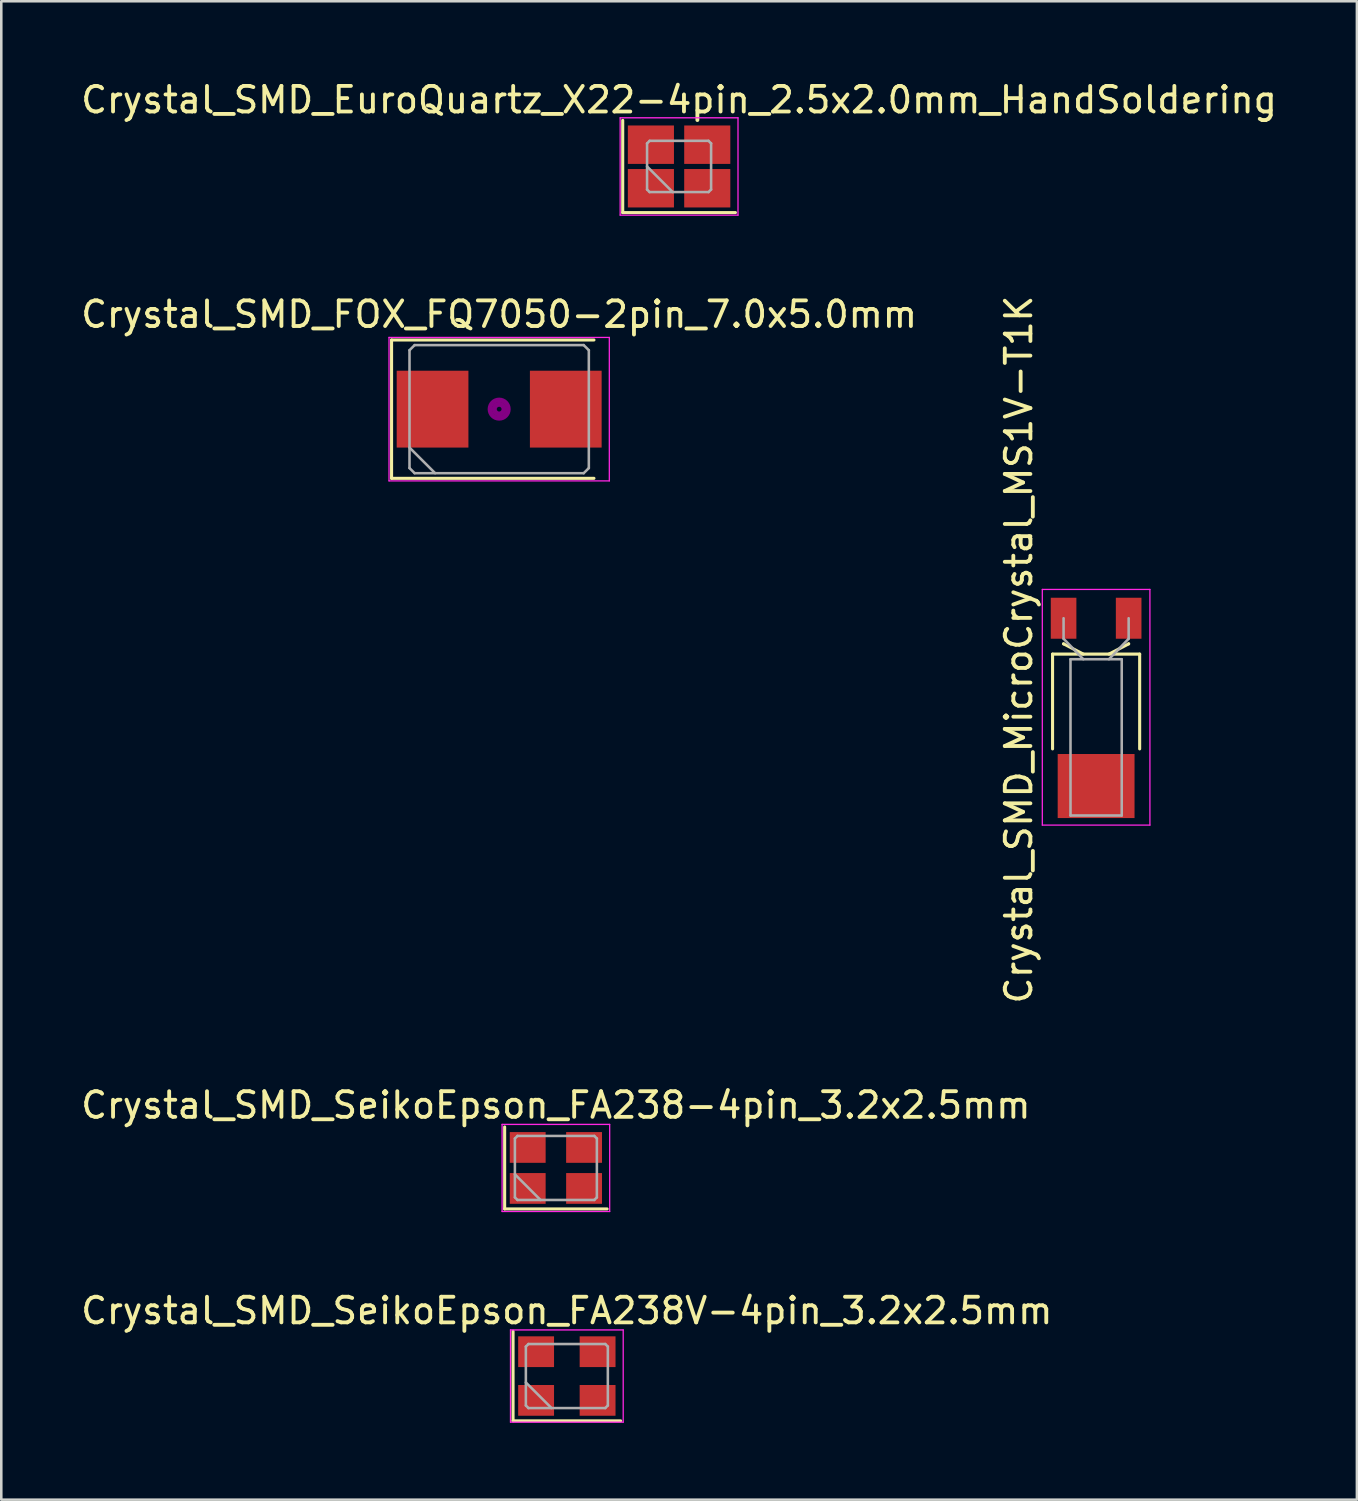
<source format=kicad_pcb>
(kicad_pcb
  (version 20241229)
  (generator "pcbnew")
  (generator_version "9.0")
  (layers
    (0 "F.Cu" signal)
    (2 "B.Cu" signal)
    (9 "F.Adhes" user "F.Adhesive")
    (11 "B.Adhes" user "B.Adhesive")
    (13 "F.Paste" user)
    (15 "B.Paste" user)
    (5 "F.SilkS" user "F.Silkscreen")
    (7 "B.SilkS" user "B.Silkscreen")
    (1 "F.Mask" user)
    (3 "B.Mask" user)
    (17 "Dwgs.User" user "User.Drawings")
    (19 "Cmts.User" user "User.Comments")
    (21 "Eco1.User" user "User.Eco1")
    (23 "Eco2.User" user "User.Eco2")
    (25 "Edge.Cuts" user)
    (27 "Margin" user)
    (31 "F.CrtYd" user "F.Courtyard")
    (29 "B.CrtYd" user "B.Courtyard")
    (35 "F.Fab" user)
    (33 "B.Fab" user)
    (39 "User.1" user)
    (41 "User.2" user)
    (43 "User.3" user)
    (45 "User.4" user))
  (footprint "Crystal_SMD_SeikoEpson_FA238V-4pin_3.2x2.5mm"
    (layer "F.Cu")
    (at 19.077 50.664)
    (property "Reference" "Crystal_SMD_SeikoEpson_FA238V-4pin_3.2x2.5mm" (at 0 -2.55 0) (layer "F.SilkS") (effects (font (size 1 1) (thickness 0.15))))
    (attr smd)
    (fp_line (start -2.1 -1.75) (end -2.1 1.75) (stroke (width 0.12) (type solid)) (layer "F.SilkS"))
    (fp_line (start -2.1 1.75) (end 2.1 1.75) (stroke (width 0.12) (type solid)) (layer "F.SilkS"))
    (fp_line (start -2.2 -1.8) (end -2.2 1.8) (stroke (width 0.05) (type solid)) (layer "F.CrtYd"))
    (fp_line (start -2.2 1.8) (end 2.2 1.8) (stroke (width 0.05) (type solid)) (layer "F.CrtYd"))
    (fp_line (start 2.2 -1.8) (end -2.2 -1.8) (stroke (width 0.05) (type solid)) (layer "F.CrtYd"))
    (fp_line (start 2.2 1.8) (end 2.2 -1.8) (stroke (width 0.05) (type solid)) (layer "F.CrtYd"))
    (fp_line (start -1.6 -1.15) (end -1.5 -1.25) (stroke (width 0.1) (type solid)) (layer "F.Fab"))
    (fp_line (start -1.6 0.25) (end -0.6 1.25) (stroke (width 0.1) (type solid)) (layer "F.Fab"))
    (fp_line (start -1.6 1.15) (end -1.6 -1.15) (stroke (width 0.1) (type solid)) (layer "F.Fab"))
    (fp_line (start -1.5 -1.25) (end 1.5 -1.25) (stroke (width 0.1) (type solid)) (layer "F.Fab"))
    (fp_line (start -1.5 1.25) (end -1.6 1.15) (stroke (width 0.1) (type solid)) (layer "F.Fab"))
    (fp_line (start 1.5 -1.25) (end 1.6 -1.15) (stroke (width 0.1) (type solid)) (layer "F.Fab"))
    (fp_line (start 1.5 1.25) (end -1.5 1.25) (stroke (width 0.1) (type solid)) (layer "F.Fab"))
    (fp_line (start 1.6 -1.15) (end 1.6 1.15) (stroke (width 0.1) (type solid)) (layer "F.Fab"))
    (fp_line (start 1.6 1.15) (end 1.5 1.25) (stroke (width 0.1) (type solid)) (layer "F.Fab"))
    (pad "1" smd rect (at -1.2 0.95) (size 1.4 1.2) (layers "F.Cu" "F.Mask"))
    (pad "2" smd rect (at 1.2 0.95) (size 1.4 1.2) (layers "F.Cu" "F.Mask"))
    (pad "3" smd rect (at 1.2 -0.95) (size 1.4 1.2) (layers "F.Cu" "F.Mask"))
    (pad "4" smd rect (at -1.2 -0.95) (size 1.4 1.2) (layers "F.Cu" "F.Mask")))
  (footprint "Crystal_SMD_EuroQuartz_X22-4pin_2.5x2.0mm_HandSoldering"
    (layer "F.Cu")
    (at 23.458 3.448)
    (property "Reference" "Crystal_SMD_EuroQuartz_X22-4pin_2.5x2.0mm_HandSoldering" (at 0 -2.6 0) (layer "F.SilkS") (effects (font (size 1 1) (thickness 0.15))))
    (attr smd)
    (fp_line (start -2.2 -1.8) (end -2.2 1.8) (stroke (width 0.12) (type solid)) (layer "F.SilkS"))
    (fp_line (start -2.2 1.8) (end 2.2 1.8) (stroke (width 0.12) (type solid)) (layer "F.SilkS"))
    (fp_line (start -2.3 -1.9) (end -2.3 1.9) (stroke (width 0.05) (type solid)) (layer "F.CrtYd"))
    (fp_line (start -2.3 1.9) (end 2.3 1.9) (stroke (width 0.05) (type solid)) (layer "F.CrtYd"))
    (fp_line (start 2.3 -1.9) (end -2.3 -1.9) (stroke (width 0.05) (type solid)) (layer "F.CrtYd"))
    (fp_line (start 2.3 1.9) (end 2.3 -1.9) (stroke (width 0.05) (type solid)) (layer "F.CrtYd"))
    (fp_line (start -1.25 -0.9) (end -1.15 -1) (stroke (width 0.1) (type solid)) (layer "F.Fab"))
    (fp_line (start -1.25 0) (end -0.25 1) (stroke (width 0.1) (type solid)) (layer "F.Fab"))
    (fp_line (start -1.25 0.9) (end -1.25 -0.9) (stroke (width 0.1) (type solid)) (layer "F.Fab"))
    (fp_line (start -1.15 -1) (end 1.15 -1) (stroke (width 0.1) (type solid)) (layer "F.Fab"))
    (fp_line (start -1.15 1) (end -1.25 0.9) (stroke (width 0.1) (type solid)) (layer "F.Fab"))
    (fp_line (start 1.15 -1) (end 1.25 -0.9) (stroke (width 0.1) (type solid)) (layer "F.Fab"))
    (fp_line (start 1.15 1) (end -1.15 1) (stroke (width 0.1) (type solid)) (layer "F.Fab"))
    (fp_line (start 1.25 -0.9) (end 1.25 0.9) (stroke (width 0.1) (type solid)) (layer "F.Fab"))
    (fp_line (start 1.25 0.9) (end 1.15 1) (stroke (width 0.1) (type solid)) (layer "F.Fab"))
    (pad "1" smd rect (at -1.1 0.85) (size 1.8 1.5) (layers "F.Cu" "F.Mask"))
    (pad "2" smd rect (at 1.1 0.85) (size 1.8 1.5) (layers "F.Cu" "F.Mask"))
    (pad "3" smd rect (at 1.1 -0.85) (size 1.8 1.5) (layers "F.Cu" "F.Mask"))
    (pad "4" smd rect (at -1.1 -0.85) (size 1.8 1.5) (layers "F.Cu" "F.Mask")))
  (footprint "Crystal_SMD_SeikoEpson_FA238-4pin_3.2x2.5mm"
    (layer "F.Cu")
    (at 18.649 42.541)
    (property "Reference" "Crystal_SMD_SeikoEpson_FA238-4pin_3.2x2.5mm" (at 0 -2.45 0) (layer "F.SilkS") (effects (font (size 1 1) (thickness 0.15))))
    (attr smd)
    (fp_line (start -2 -1.6) (end -2 1.6) (stroke (width 0.12) (type solid)) (layer "F.SilkS"))
    (fp_line (start -2 1.6) (end 2 1.6) (stroke (width 0.12) (type solid)) (layer "F.SilkS"))
    (fp_line (start -2.1 -1.7) (end -2.1 1.7) (stroke (width 0.05) (type solid)) (layer "F.CrtYd"))
    (fp_line (start -2.1 1.7) (end 2.1 1.7) (stroke (width 0.05) (type solid)) (layer "F.CrtYd"))
    (fp_line (start 2.1 -1.7) (end -2.1 -1.7) (stroke (width 0.05) (type solid)) (layer "F.CrtYd"))
    (fp_line (start 2.1 1.7) (end 2.1 -1.7) (stroke (width 0.05) (type solid)) (layer "F.CrtYd"))
    (fp_line (start -1.6 -1.15) (end -1.5 -1.25) (stroke (width 0.1) (type solid)) (layer "F.Fab"))
    (fp_line (start -1.6 0.25) (end -0.6 1.25) (stroke (width 0.1) (type solid)) (layer "F.Fab"))
    (fp_line (start -1.6 1.15) (end -1.6 -1.15) (stroke (width 0.1) (type solid)) (layer "F.Fab"))
    (fp_line (start -1.5 -1.25) (end 1.5 -1.25) (stroke (width 0.1) (type solid)) (layer "F.Fab"))
    (fp_line (start -1.5 1.25) (end -1.6 1.15) (stroke (width 0.1) (type solid)) (layer "F.Fab"))
    (fp_line (start 1.5 -1.25) (end 1.6 -1.15) (stroke (width 0.1) (type solid)) (layer "F.Fab"))
    (fp_line (start 1.5 1.25) (end -1.5 1.25) (stroke (width 0.1) (type solid)) (layer "F.Fab"))
    (fp_line (start 1.6 -1.15) (end 1.6 1.15) (stroke (width 0.1) (type solid)) (layer "F.Fab"))
    (fp_line (start 1.6 1.15) (end 1.5 1.25) (stroke (width 0.1) (type solid)) (layer "F.Fab"))
    (pad "1" smd rect (at -1.1 0.8) (size 1.4 1.2) (layers "F.Cu" "F.Mask"))
    (pad "2" smd rect (at 1.1 0.8) (size 1.4 1.2) (layers "F.Cu" "F.Mask"))
    (pad "3" smd rect (at 1.1 -0.8) (size 1.4 1.2) (layers "F.Cu" "F.Mask"))
    (pad "4" smd rect (at -1.1 -0.8) (size 1.4 1.2) (layers "F.Cu" "F.Mask")))
  (footprint "Crystal_SMD_FOX_FQ7050-2pin_7.0x5.0mm"
    (layer "F.Cu")
    (at 16.435 12.921)
    (property "Reference" "Crystal_SMD_FOX_FQ7050-2pin_7.0x5.0mm" (at 0 -3.7 0) (layer "F.SilkS") (effects (font (size 1 1) (thickness 0.15))))
    (attr smd)
    (fp_line (start -4.2 -2.7) (end -4.2 2.7) (stroke (width 0.12) (type solid)) (layer "F.SilkS"))
    (fp_line (start -4.2 2.7) (end 3.7 2.7) (stroke (width 0.12) (type solid)) (layer "F.SilkS"))
    (fp_line (start 3.7 -2.7) (end -4.2 -2.7) (stroke (width 0.12) (type solid)) (layer "F.SilkS"))
    (fp_circle (center 0 0) (end 0.093 0) (stroke (width 0.187) (type solid)) (fill no) (layer "F.Adhes"))
    (fp_circle (center 0 0) (end 0.213 0) (stroke (width 0.133) (type solid)) (fill no) (layer "F.Adhes"))
    (fp_circle (center 0 0) (end 0.333 0) (stroke (width 0.133) (type solid)) (fill no) (layer "F.Adhes"))
    (fp_circle (center 0 0) (end 0.4 0) (stroke (width 0.1) (type solid)) (fill no) (layer "F.Adhes"))
    (fp_line (start -4.3 -2.8) (end -4.3 2.8) (stroke (width 0.05) (type solid)) (layer "F.CrtYd"))
    (fp_line (start -4.3 2.8) (end 4.3 2.8) (stroke (width 0.05) (type solid)) (layer "F.CrtYd"))
    (fp_line (start 4.3 -2.8) (end -4.3 -2.8) (stroke (width 0.05) (type solid)) (layer "F.CrtYd"))
    (fp_line (start 4.3 2.8) (end 4.3 -2.8) (stroke (width 0.05) (type solid)) (layer "F.CrtYd"))
    (fp_line (start -3.5 -2.3) (end -3.3 -2.5) (stroke (width 0.1) (type solid)) (layer "F.Fab"))
    (fp_line (start -3.5 1.5) (end -2.5 2.5) (stroke (width 0.1) (type solid)) (layer "F.Fab"))
    (fp_line (start -3.5 2.3) (end -3.5 -2.3) (stroke (width 0.1) (type solid)) (layer "F.Fab"))
    (fp_line (start -3.3 -2.5) (end 3.3 -2.5) (stroke (width 0.1) (type solid)) (layer "F.Fab"))
    (fp_line (start -3.3 2.5) (end -3.5 2.3) (stroke (width 0.1) (type solid)) (layer "F.Fab"))
    (fp_line (start 3.3 -2.5) (end 3.5 -2.3) (stroke (width 0.1) (type solid)) (layer "F.Fab"))
    (fp_line (start 3.3 2.5) (end -3.3 2.5) (stroke (width 0.1) (type solid)) (layer "F.Fab"))
    (fp_line (start 3.5 -2.3) (end 3.5 2.3) (stroke (width 0.1) (type solid)) (layer "F.Fab"))
    (fp_line (start 3.5 2.3) (end 3.3 2.5) (stroke (width 0.1) (type solid)) (layer "F.Fab"))
    (pad "1" smd rect (at -2.6 0) (size 2.8 3) (layers "F.Cu" "F.Mask"))
    (pad "2" smd rect (at 2.6 0) (size 2.8 3) (layers "F.Cu" "F.Mask")))
  (footprint "Crystal_SMD_MicroCrystal_MS1V-T1K"
    (layer "F.Cu")
    (at 39.737 24.358)
    (property "Reference" "Crystal_SMD_MicroCrystal_MS1V-T1K" (at -3.02 -2.05 90) (layer "F.SilkS") (effects (font (size 1 1) (thickness 0.15))))
    (attr smd)
    (fp_line (start -1.7 -1.875) (end 1.7 -1.875) (stroke (width 0.12) (type solid)) (layer "F.SilkS"))
    (fp_line (start -1.7 1.825) (end -1.7 -1.875) (stroke (width 0.12) (type solid)) (layer "F.SilkS"))
    (fp_line (start -1.27 -2.275) (end -1.27 -2.275) (stroke (width 0.12) (type solid)) (layer "F.SilkS"))
    (fp_line (start -0.5 -1.875) (end -1.27 -2.275) (stroke (width 0.12) (type solid)) (layer "F.SilkS"))
    (fp_line (start 0.5 -1.875) (end 1.27 -2.275) (stroke (width 0.12) (type solid)) (layer "F.SilkS"))
    (fp_line (start 1.27 -2.275) (end 1.27 -2.275) (stroke (width 0.12) (type solid)) (layer "F.SilkS"))
    (fp_line (start 1.7 -1.875) (end 1.7 1.825) (stroke (width 0.12) (type solid)) (layer "F.SilkS"))
    (fp_line (start -2.1 -4.4) (end -2.1 4.8) (stroke (width 0.05) (type solid)) (layer "F.CrtYd"))
    (fp_line (start -2.1 4.8) (end 2.1 4.8) (stroke (width 0.05) (type solid)) (layer "F.CrtYd"))
    (fp_line (start 2.1 -4.4) (end -2.1 -4.4) (stroke (width 0.05) (type solid)) (layer "F.CrtYd"))
    (fp_line (start 2.1 4.8) (end 2.1 -4.4) (stroke (width 0.05) (type solid)) (layer "F.CrtYd"))
    (fp_line (start -1.27 -2.475) (end -1.27 -3.275) (stroke (width 0.1) (type solid)) (layer "F.Fab"))
    (fp_line (start -1 -1.675) (end -1 4.425) (stroke (width 0.1) (type solid)) (layer "F.Fab"))
    (fp_line (start -1 4.425) (end 1 4.425) (stroke (width 0.1) (type solid)) (layer "F.Fab"))
    (fp_line (start -0.5 -1.675) (end -1.27 -2.475) (stroke (width 0.1) (type solid)) (layer "F.Fab"))
    (fp_line (start 0.5 -1.675) (end 1.27 -2.475) (stroke (width 0.1) (type solid)) (layer "F.Fab"))
    (fp_line (start 1 -1.675) (end -1 -1.675) (stroke (width 0.1) (type solid)) (layer "F.Fab"))
    (fp_line (start 1 4.425) (end 1 -1.675) (stroke (width 0.1) (type solid)) (layer "F.Fab"))
    (fp_line (start 1.27 -2.475) (end 1.27 -3.275) (stroke (width 0.1) (type solid)) (layer "F.Fab"))
    (pad "1" smd rect (at -1.27 -3.275) (size 1 1.6) (layers "F.Cu" "F.Mask"))
    (pad "2" smd rect (at 1.27 -3.275) (size 1 1.6) (layers "F.Cu" "F.Mask"))
    (pad "3" smd rect (at 0 3.275) (size 3 2.5) (layers "F.Cu" "F.Mask")))
  (gr_rect
    (start -3 -3)
    (end 49.917 55.489)
    (stroke (width 0.1) (type default))
    (fill no)
    (layer "Edge.Cuts")))
</source>
